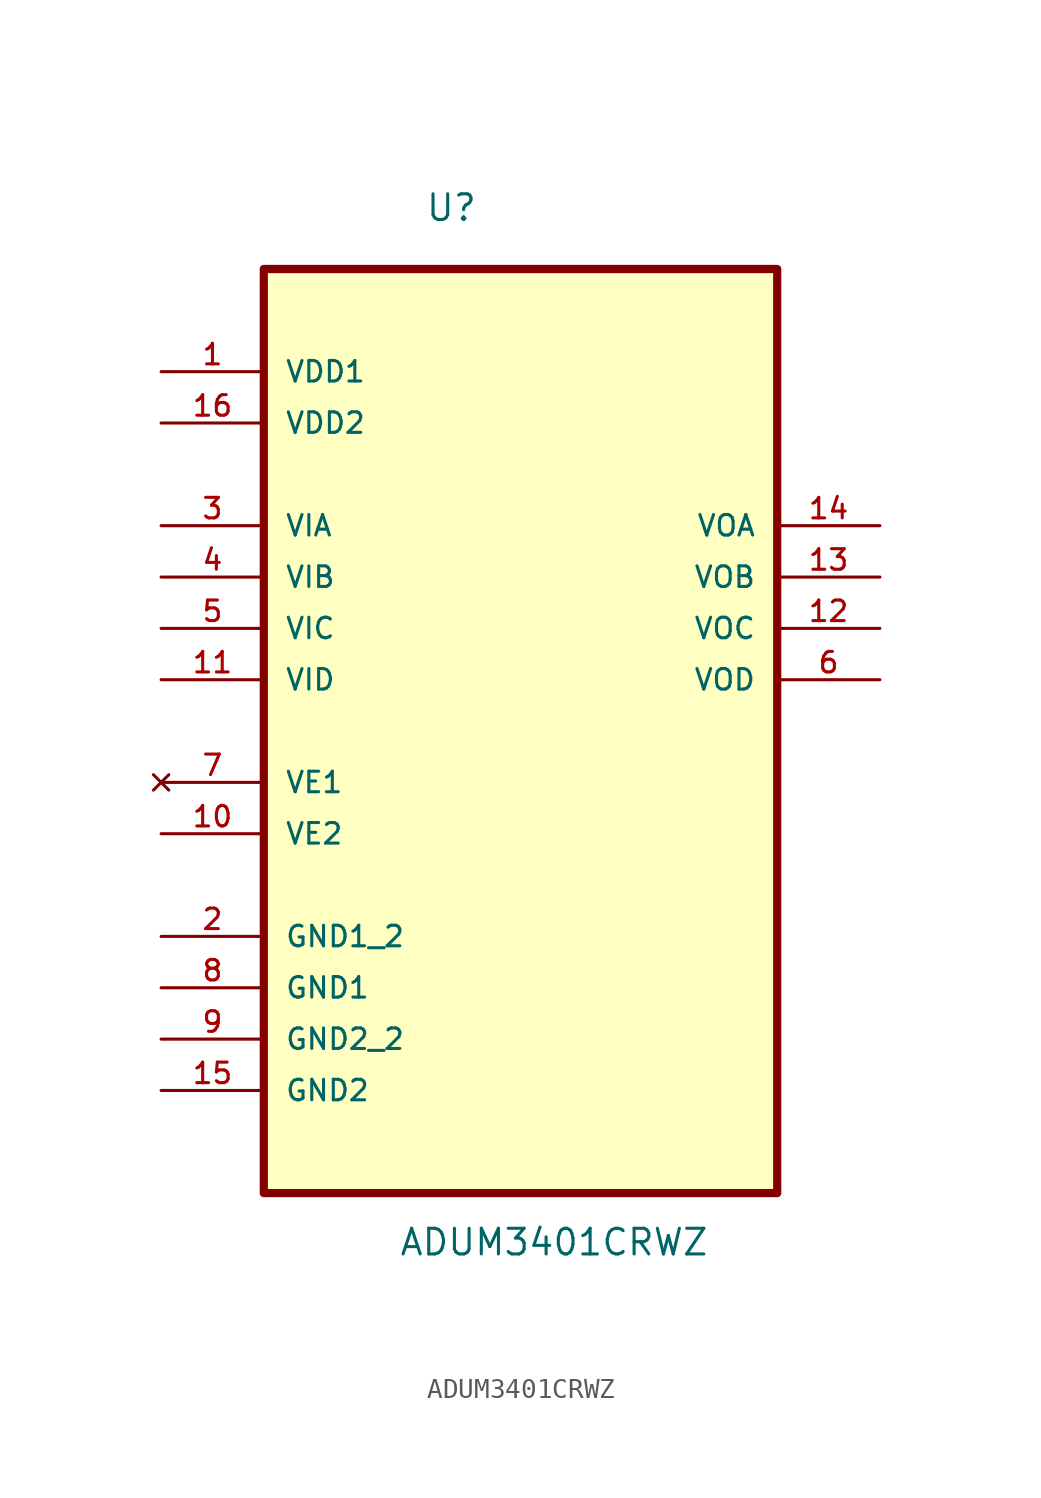
<source format=kicad_sym>
(kicad_symbol_lib
  (version 20211014)
  (generator kicad_symbol_editor)
  (symbol "ADUM3401CRWZ"
    (pin_names
      (offset 1.016))
    (property "Reference" "U"
      (at -4.73 22.607 0.0)
      (effects (font (size 1.27 1.27)) (justify bottom left)))
    (property "Value" "ADUM3401CRWZ"
      (at -6.03 -28.571 0.0)
      (effects (font (size 1.27 1.27)) (justify bottom left)))
    (symbol "ADUM3401CRWZ_0_0"
      (rectangle (start -12.7 -25.4) (end 12.7 20.32) (stroke (width 0.406)) (fill (type background)))
      (pin power_in line (at -17.78 15.24 0) (length 5.08) (name "VDD1" (effects (font (size 1.016 1.016)))) (number "1" (effects (font (size 1.016 1.016)))))
      (pin power_in line (at -17.78 12.7 0) (length 5.08) (name "VDD2" (effects (font (size 1.016 1.016)))) (number "16" (effects (font (size 1.016 1.016)))))
      (pin input line (at -17.78 7.62 0) (length 5.08) (name "VIA" (effects (font (size 1.016 1.016)))) (number "3" (effects (font (size 1.016 1.016)))))
      (pin input line (at -17.78 5.08 0) (length 5.08) (name "VIB" (effects (font (size 1.016 1.016)))) (number "4" (effects (font (size 1.016 1.016)))))
      (pin input line (at -17.78 2.54 0) (length 5.08) (name "VIC" (effects (font (size 1.016 1.016)))) (number "5" (effects (font (size 1.016 1.016)))))
      (pin output line (at -17.78 0.0 0) (length 5.08) (name "VID" (effects (font (size 1.016 1.016)))) (number "11" (effects (font (size 1.016 1.016)))))
      (pin no_connect line (at -17.78 -5.08 0) (length 5.08) (name "VE1" (effects (font (size 1.016 1.016)))) (number "7" (effects (font (size 1.016 1.016)))))
      (pin output line (at -17.78 -7.62 0) (length 5.08) (name "VE2" (effects (font (size 1.016 1.016)))) (number "10" (effects (font (size 1.016 1.016)))))
      (pin passive line (at -17.78 -12.7 0) (length 5.08) (name "GND1_2" (effects (font (size 1.016 1.016)))) (number "2" (effects (font (size 1.016 1.016)))))
      (pin passive line (at -17.78 -15.24 0) (length 5.08) (name "GND1" (effects (font (size 1.016 1.016)))) (number "8" (effects (font (size 1.016 1.016)))))
      (pin passive line (at -17.78 -17.78 0) (length 5.08) (name "GND2_2" (effects (font (size 1.016 1.016)))) (number "9" (effects (font (size 1.016 1.016)))))
      (pin passive line (at -17.78 -20.32 0) (length 5.08) (name "GND2" (effects (font (size 1.016 1.016)))) (number "15" (effects (font (size 1.016 1.016)))))
      (pin output line (at 17.78 7.62 180.0) (length 5.08) (name "VOA" (effects (font (size 1.016 1.016)))) (number "14" (effects (font (size 1.016 1.016)))))
      (pin output line (at 17.78 5.08 180.0) (length 5.08) (name "VOB" (effects (font (size 1.016 1.016)))) (number "13" (effects (font (size 1.016 1.016)))))
      (pin output line (at 17.78 2.54 180.0) (length 5.08) (name "VOC" (effects (font (size 1.016 1.016)))) (number "12" (effects (font (size 1.016 1.016)))))
      (pin input line (at 17.78 0.0 180.0) (length 5.08) (name "VOD" (effects (font (size 1.016 1.016)))) (number "6" (effects (font (size 1.016 1.016))))))))
</source>
